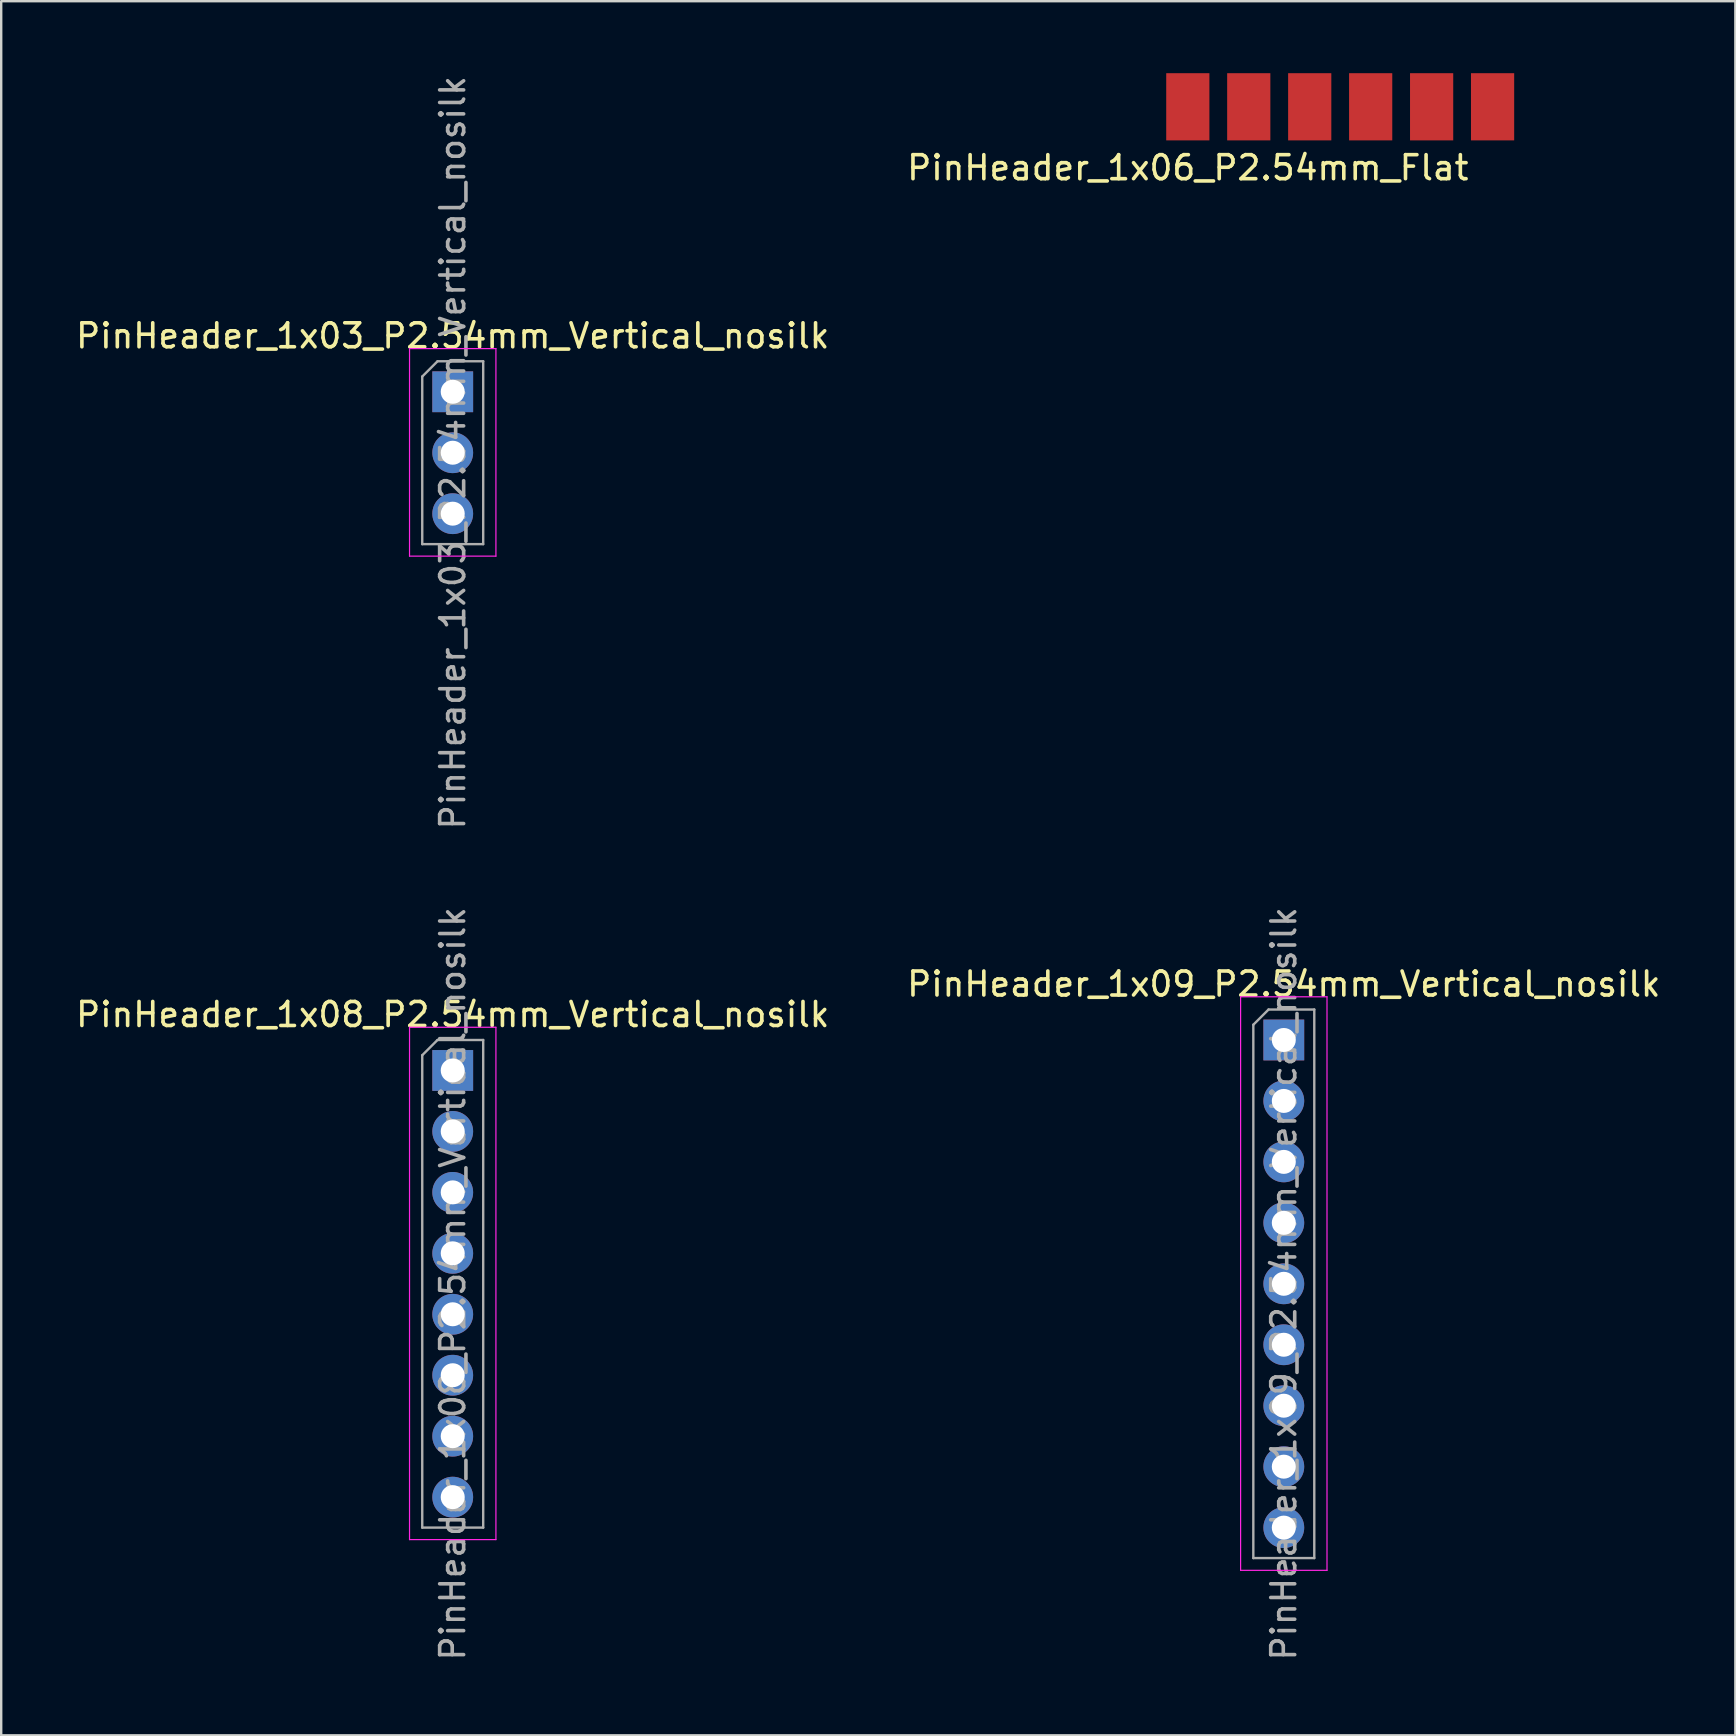
<source format=kicad_pcb>
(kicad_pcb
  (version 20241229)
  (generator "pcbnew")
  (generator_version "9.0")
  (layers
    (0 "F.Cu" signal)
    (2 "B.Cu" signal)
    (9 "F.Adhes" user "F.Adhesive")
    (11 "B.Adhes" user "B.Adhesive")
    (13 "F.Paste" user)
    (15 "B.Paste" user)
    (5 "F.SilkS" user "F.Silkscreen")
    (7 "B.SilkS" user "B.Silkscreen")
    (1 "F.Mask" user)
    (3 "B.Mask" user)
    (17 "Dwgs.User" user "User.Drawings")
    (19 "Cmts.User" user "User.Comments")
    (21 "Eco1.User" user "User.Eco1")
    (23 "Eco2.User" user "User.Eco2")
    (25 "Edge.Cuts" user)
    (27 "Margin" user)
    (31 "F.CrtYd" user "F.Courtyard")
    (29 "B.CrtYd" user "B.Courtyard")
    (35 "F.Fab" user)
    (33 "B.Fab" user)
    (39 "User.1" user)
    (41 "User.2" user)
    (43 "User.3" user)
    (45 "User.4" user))
  (footprint "PinHeader_1x09_P2.54mm_Vertical_nosilk"
    (layer "F.Cu")
    (at 50.446 40.286)
    (property "Reference" "PinHeader_1x09_P2.54mm_Vertical_nosilk" (at 0 -2.33 0) (layer "F.SilkS") (effects (font (size 1 1) (thickness 0.15))))
    (attr through_hole)
    (fp_line (start -1.8 -1.8) (end -1.8 22.1) (stroke (width 0.05) (type solid)) (layer "F.CrtYd"))
    (fp_line (start -1.8 22.1) (end 1.8 22.1) (stroke (width 0.05) (type solid)) (layer "F.CrtYd"))
    (fp_line (start 1.8 -1.8) (end -1.8 -1.8) (stroke (width 0.05) (type solid)) (layer "F.CrtYd"))
    (fp_line (start 1.8 22.1) (end 1.8 -1.8) (stroke (width 0.05) (type solid)) (layer "F.CrtYd"))
    (fp_line (start -1.27 -0.635) (end -0.635 -1.27) (stroke (width 0.1) (type solid)) (layer "F.Fab"))
    (fp_line (start -1.27 21.59) (end -1.27 -0.635) (stroke (width 0.1) (type solid)) (layer "F.Fab"))
    (fp_line (start -0.635 -1.27) (end 1.27 -1.27) (stroke (width 0.1) (type solid)) (layer "F.Fab"))
    (fp_line (start 1.27 -1.27) (end 1.27 21.59) (stroke (width 0.1) (type solid)) (layer "F.Fab"))
    (fp_line (start 1.27 21.59) (end -1.27 21.59) (stroke (width 0.1) (type solid)) (layer "F.Fab"))
    (fp_text user "${REFERENCE}" (at 0 10.16 90) (layer "F.Fab") (effects (font (size 1 1) (thickness 0.15))))
    (pad "1" thru_hole rect (at 0 0) (size 1.7 1.7) (drill 1) (layers "*.Cu" "*.Mask"))
    (pad "2" thru_hole oval (at 0 2.54) (size 1.7 1.7) (drill 1) (layers "*.Cu" "*.Mask"))
    (pad "3" thru_hole oval (at 0 5.08) (size 1.7 1.7) (drill 1) (layers "*.Cu" "*.Mask"))
    (pad "4" thru_hole oval (at 0 7.62) (size 1.7 1.7) (drill 1) (layers "*.Cu" "*.Mask"))
    (pad "5" thru_hole oval (at 0 10.16) (size 1.7 1.7) (drill 1) (layers "*.Cu" "*.Mask"))
    (pad "6" thru_hole oval (at 0 12.7) (size 1.7 1.7) (drill 1) (layers "*.Cu" "*.Mask"))
    (pad "7" thru_hole oval (at 0 15.24) (size 1.7 1.7) (drill 1) (layers "*.Cu" "*.Mask"))
    (pad "8" thru_hole oval (at 0 17.78) (size 1.7 1.7) (drill 1) (layers "*.Cu" "*.Mask"))
    (pad "9" thru_hole oval (at 0 20.32) (size 1.7 1.7) (drill 1) (layers "*.Cu" "*.Mask")))
  (footprint "PinHeader_1x06_P2.54mm_Flat"
    (layer "F.Cu")
    (at 46.446 1.4)
    (property "Reference" "PinHeader_1x06_P2.54mm_Flat" (at 0 2.54 0) (layer "F.SilkS") (effects (font (size 1 1) (thickness 0.15))))
    (attr through_hole)
    (pad "1" smd rect (at 0 0) (size 1.8 2.8) (layers "F.Cu" "F.Mask"))
    (pad "2" smd rect (at 2.54 0) (size 1.8 2.8) (layers "F.Cu" "F.Mask"))
    (pad "3" smd rect (at 5.08 0) (size 1.8 2.8) (layers "F.Cu" "F.Mask"))
    (pad "4" smd rect (at 7.62 0) (size 1.8 2.8) (layers "F.Cu" "F.Mask"))
    (pad "5" smd rect (at 10.16 0) (size 1.8 2.8) (layers "F.Cu" "F.Mask"))
    (pad "6" smd rect (at 12.7 0) (size 1.8 2.8) (layers "F.Cu" "F.Mask")))
  (footprint "PinHeader_1x08_P2.54mm_Vertical_nosilk"
    (layer "F.Cu")
    (at 15.815 41.556)
    (property "Reference" "PinHeader_1x08_P2.54mm_Vertical_nosilk" (at 0 -2.33 0) (layer "F.SilkS") (effects (font (size 1 1) (thickness 0.15))))
    (attr through_hole)
    (fp_line (start -1.8 -1.8) (end -1.8 19.55) (stroke (width 0.05) (type solid)) (layer "F.CrtYd"))
    (fp_line (start -1.8 19.55) (end 1.8 19.55) (stroke (width 0.05) (type solid)) (layer "F.CrtYd"))
    (fp_line (start 1.8 -1.8) (end -1.8 -1.8) (stroke (width 0.05) (type solid)) (layer "F.CrtYd"))
    (fp_line (start 1.8 19.55) (end 1.8 -1.8) (stroke (width 0.05) (type solid)) (layer "F.CrtYd"))
    (fp_line (start -1.27 -0.635) (end -0.635 -1.27) (stroke (width 0.1) (type solid)) (layer "F.Fab"))
    (fp_line (start -1.27 19.05) (end -1.27 -0.635) (stroke (width 0.1) (type solid)) (layer "F.Fab"))
    (fp_line (start -0.635 -1.27) (end 1.27 -1.27) (stroke (width 0.1) (type solid)) (layer "F.Fab"))
    (fp_line (start 1.27 -1.27) (end 1.27 19.05) (stroke (width 0.1) (type solid)) (layer "F.Fab"))
    (fp_line (start 1.27 19.05) (end -1.27 19.05) (stroke (width 0.1) (type solid)) (layer "F.Fab"))
    (fp_text user "${REFERENCE}" (at 0 8.89 90) (layer "F.Fab") (effects (font (size 1 1) (thickness 0.15))))
    (pad "1" thru_hole rect (at 0 0) (size 1.7 1.7) (drill 1) (layers "*.Cu" "*.Mask"))
    (pad "2" thru_hole oval (at 0 2.54) (size 1.7 1.7) (drill 1) (layers "*.Cu" "*.Mask"))
    (pad "3" thru_hole oval (at 0 5.08) (size 1.7 1.7) (drill 1) (layers "*.Cu" "*.Mask"))
    (pad "4" thru_hole oval (at 0 7.62) (size 1.7 1.7) (drill 1) (layers "*.Cu" "*.Mask"))
    (pad "5" thru_hole oval (at 0 10.16) (size 1.7 1.7) (drill 1) (layers "*.Cu" "*.Mask"))
    (pad "6" thru_hole oval (at 0 12.7) (size 1.7 1.7) (drill 1) (layers "*.Cu" "*.Mask"))
    (pad "7" thru_hole oval (at 0 15.24) (size 1.7 1.7) (drill 1) (layers "*.Cu" "*.Mask"))
    (pad "8" thru_hole oval (at 0 17.78) (size 1.7 1.7) (drill 1) (layers "*.Cu" "*.Mask")))
  (footprint "PinHeader_1x03_P2.54mm_Vertical_nosilk"
    (layer "F.Cu")
    (at 15.815 13.275)
    (property "Reference" "PinHeader_1x03_P2.54mm_Vertical_nosilk" (at 0 -2.33 0) (layer "F.SilkS") (effects (font (size 1 1) (thickness 0.15))))
    (attr through_hole)
    (fp_line (start -1.8 -1.8) (end -1.8 6.85) (stroke (width 0.05) (type solid)) (layer "F.CrtYd"))
    (fp_line (start -1.8 6.85) (end 1.8 6.85) (stroke (width 0.05) (type solid)) (layer "F.CrtYd"))
    (fp_line (start 1.8 -1.8) (end -1.8 -1.8) (stroke (width 0.05) (type solid)) (layer "F.CrtYd"))
    (fp_line (start 1.8 6.85) (end 1.8 -1.8) (stroke (width 0.05) (type solid)) (layer "F.CrtYd"))
    (fp_line (start -1.27 -0.635) (end -0.635 -1.27) (stroke (width 0.1) (type solid)) (layer "F.Fab"))
    (fp_line (start -1.27 6.35) (end -1.27 -0.635) (stroke (width 0.1) (type solid)) (layer "F.Fab"))
    (fp_line (start -0.635 -1.27) (end 1.27 -1.27) (stroke (width 0.1) (type solid)) (layer "F.Fab"))
    (fp_line (start 1.27 -1.27) (end 1.27 6.35) (stroke (width 0.1) (type solid)) (layer "F.Fab"))
    (fp_line (start 1.27 6.35) (end -1.27 6.35) (stroke (width 0.1) (type solid)) (layer "F.Fab"))
    (fp_text user "${REFERENCE}" (at 0 2.54 270) (layer "F.Fab") (effects (font (size 1 1) (thickness 0.15))))
    (pad "1" thru_hole rect (at 0 0) (size 1.7 1.7) (drill 1) (layers "*.Cu" "*.Mask"))
    (pad "2" thru_hole oval (at 0 2.54) (size 1.7 1.7) (drill 1) (layers "*.Cu" "*.Mask"))
    (pad "3" thru_hole oval (at 0 5.08) (size 1.7 1.7) (drill 1) (layers "*.Cu" "*.Mask")))
  (gr_rect
    (start -3 -3)
    (end 69.262 69.262)
    (stroke (width 0.1) (type default))
    (fill no)
    (layer "Edge.Cuts")))
</source>
